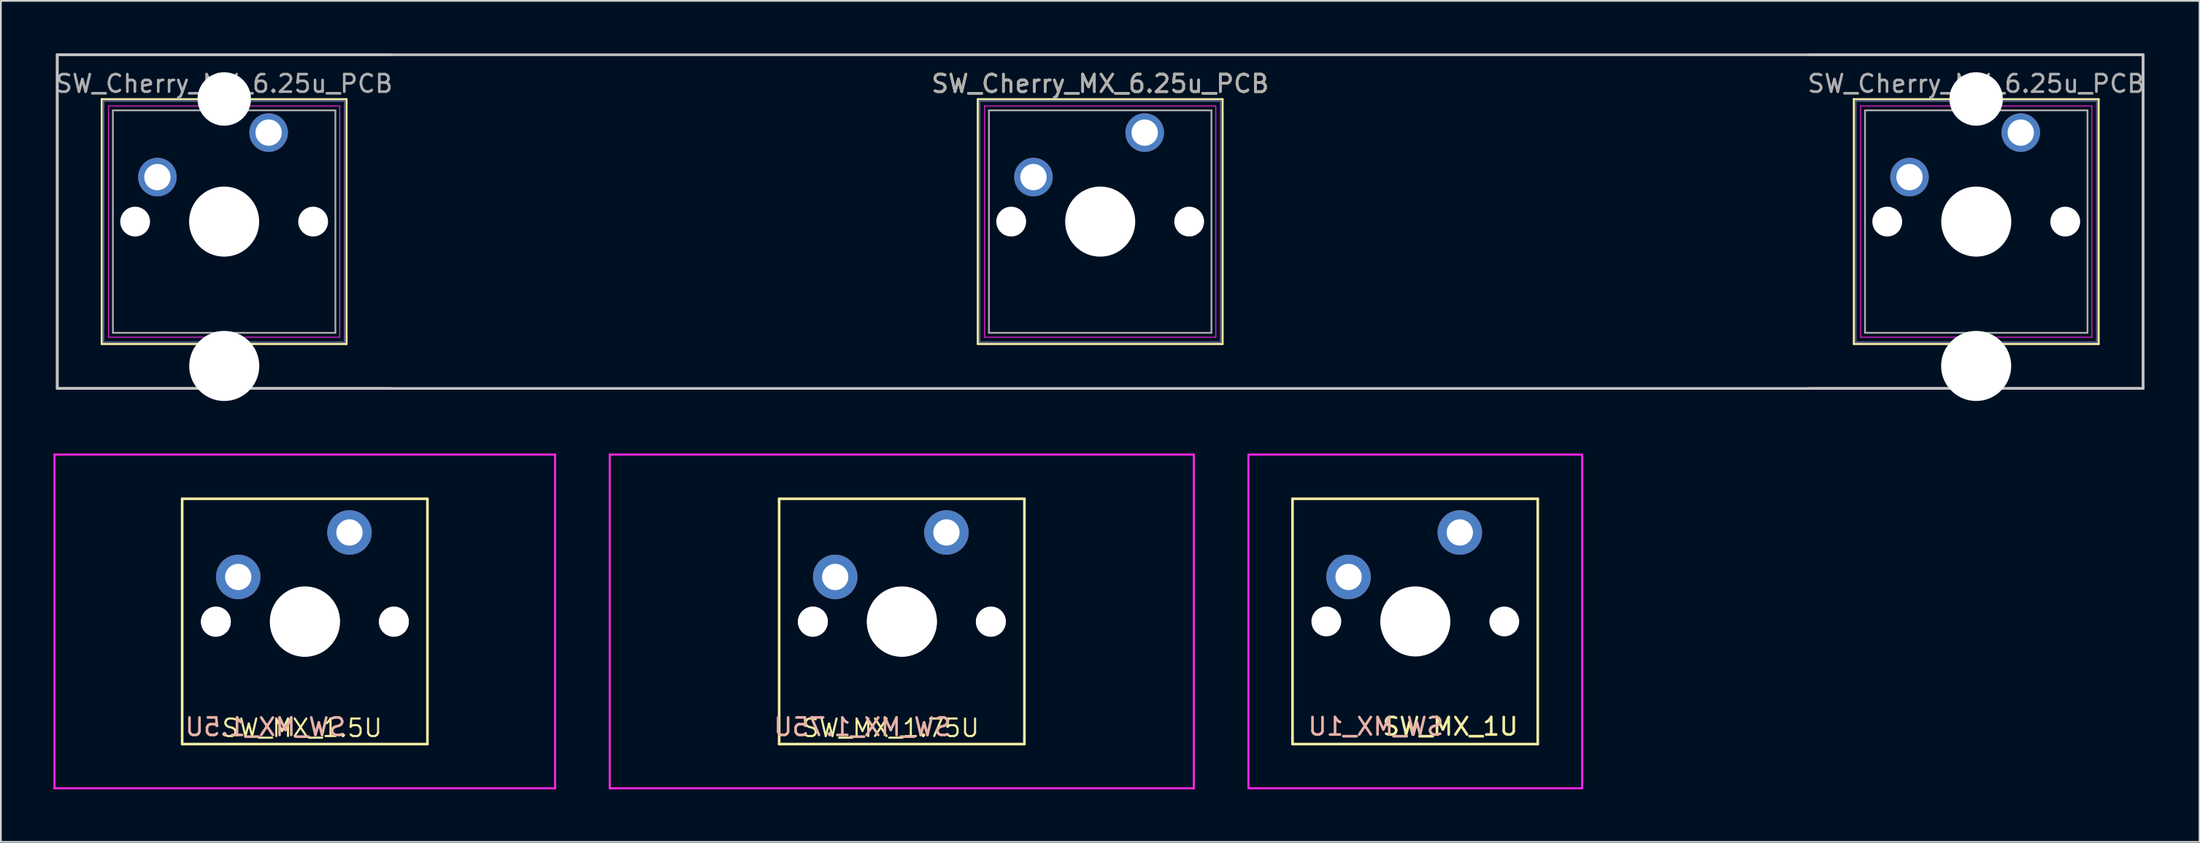
<source format=kicad_pcb>
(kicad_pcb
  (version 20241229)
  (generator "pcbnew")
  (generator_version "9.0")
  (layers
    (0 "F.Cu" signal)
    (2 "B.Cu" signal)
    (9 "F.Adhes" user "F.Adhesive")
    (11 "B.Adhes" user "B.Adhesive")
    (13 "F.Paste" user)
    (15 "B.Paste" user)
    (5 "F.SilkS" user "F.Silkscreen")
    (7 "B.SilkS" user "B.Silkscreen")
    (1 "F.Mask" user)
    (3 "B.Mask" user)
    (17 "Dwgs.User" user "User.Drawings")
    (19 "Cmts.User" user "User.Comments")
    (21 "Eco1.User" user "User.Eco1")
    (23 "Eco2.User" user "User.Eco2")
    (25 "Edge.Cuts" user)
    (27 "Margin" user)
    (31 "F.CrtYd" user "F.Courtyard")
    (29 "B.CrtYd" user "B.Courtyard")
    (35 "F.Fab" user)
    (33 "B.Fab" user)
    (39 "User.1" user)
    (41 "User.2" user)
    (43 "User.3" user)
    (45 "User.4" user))
  (footprint "SW_MX_1U"
    (layer "F.Cu")
    (at 77.737 32.425)
    (property "Reference" "SW_MX_1U" (at 2 6 0) (unlocked yes) (layer "F.SilkS") (effects (font (size 1 1) (thickness 0.15))))
    (attr through_hole)
    (fp_circle (center -3.786 -2.575) (end -1.786 -2.575) (stroke (width 0.12) (type solid)) (fill yes) (layer "B.Mask"))
    (fp_circle (center 2.55 -5.08) (end 4.55 -5.08) (stroke (width 0.12) (type solid)) (fill yes) (layer "B.Mask"))
    (fp_line (start -7.01 -7) (end 6.99 -7) (stroke (width 0.15) (type solid)) (layer "F.SilkS"))
    (fp_line (start -7.01 7) (end -7.01 -7) (stroke (width 0.15) (type solid)) (layer "F.SilkS"))
    (fp_line (start 6.99 -7) (end 6.99 7) (stroke (width 0.15) (type solid)) (layer "F.SilkS"))
    (fp_line (start 6.99 7) (end -7.01 7) (stroke (width 0.15) (type solid)) (layer "F.SilkS"))
    (fp_rect (start 9.525 -9.525) (end -9.525 9.525) (stroke (width 0.12) (type solid)) (fill no) (layer "F.CrtYd"))
    (fp_text user "${REFERENCE}" (at -2.25 6 0) (unlocked yes) (layer "B.SilkS") (effects (font (size 1 1) (thickness 0.15)) (justify mirror)))
    (pad "" np_thru_hole circle (at -5.08 0) (size 1.7 1.7) (drill 1.7) (layers "*.Cu" "*.Mask"))
    (pad "" np_thru_hole circle (at 0 0) (size 4 4) (drill 4) (layers "*.Cu" "*.Mask"))
    (pad "" np_thru_hole circle (at 5.08 0) (size 1.7 1.7) (drill 1.7) (layers "*.Cu" "*.Mask"))
    (pad "1" thru_hole circle (at 2.54 -5.08) (size 2.54 2.54) (drill 1.5) (layers "*.Cu" "*.Mask"))
    (pad "2" thru_hole circle (at -3.81 -2.54) (size 2.54 2.54) (drill 1.5) (layers "*.Cu" "*.Mask")))
  (footprint "SW_MX_1.75U"
    (layer "F.Cu")
    (at 48.424 32.425)
    (property "Reference" "SW_MX_1.75U" (at 4.5 5.5 0) (layer "F.SilkS") (effects (font (size 1 1) (thickness 0.12)) (justify right top)))
    (attr through_hole)
    (fp_circle (center -3.776 -2.575) (end -1.776 -2.575) (stroke (width 0.12) (type solid)) (fill yes) (layer "B.Mask"))
    (fp_circle (center 2.56 -5.08) (end 4.56 -5.08) (stroke (width 0.12) (type solid)) (fill yes) (layer "B.Mask"))
    (fp_line (start -7 -7) (end 7 -7) (stroke (width 0.15) (type solid)) (layer "F.SilkS"))
    (fp_line (start -7 7) (end -7 -7) (stroke (width 0.15) (type solid)) (layer "F.SilkS"))
    (fp_line (start 7 -7) (end 7 7) (stroke (width 0.15) (type solid)) (layer "F.SilkS"))
    (fp_line (start 7 7) (end -7 7) (stroke (width 0.15) (type solid)) (layer "F.SilkS"))
    (fp_line (start -16.669 -9.525) (end 16.669 -9.525) (stroke (width 0.12) (type solid)) (layer "F.CrtYd"))
    (fp_line (start -16.669 9.525) (end -16.669 -9.525) (stroke (width 0.12) (type solid)) (layer "F.CrtYd"))
    (fp_line (start 16.669 -9.525) (end 16.669 9.525) (stroke (width 0.12) (type solid)) (layer "F.CrtYd"))
    (fp_line (start 16.669 9.525) (end -16.669 9.525) (stroke (width 0.12) (type solid)) (layer "F.CrtYd"))
    (fp_text user "${REFERENCE}" (at -2.25 6.025 0) (unlocked yes) (layer "B.SilkS") (effects (font (size 1 1) (thickness 0.15)) (justify mirror)))
    (pad "" np_thru_hole circle (at -5.08 0.025) (size 1.702 1.702) (drill 1.702) (layers "*.Cu" "*.Mask"))
    (pad "" np_thru_hole circle (at -5.07 0) (size 1.7 1.7) (drill 1.7) (layers "*.Cu" "*.Mask"))
    (pad "" np_thru_hole circle (at 0 0.025) (size 3.988 3.988) (drill 3.988) (layers "*.Cu" "*.Mask"))
    (pad "" np_thru_hole circle (at 0.01 0) (size 4 4) (drill 4) (layers "*.Cu" "*.Mask"))
    (pad "" np_thru_hole circle (at 5.08 0.025) (size 1.702 1.702) (drill 1.702) (layers "*.Cu" "*.Mask"))
    (pad "" np_thru_hole circle (at 5.09 0) (size 1.7 1.7) (drill 1.7) (layers "*.Cu" "*.Mask"))
    (pad "1" thru_hole circle (at 2.55 -5.08) (size 2.54 2.54) (drill 1.5) (layers "*.Cu" "*.Mask"))
    (pad "2" thru_hole circle (at -3.8 -2.54) (size 2.54 2.54) (drill 1.5) (layers "*.Cu" "*.Mask")))
  (footprint "SW_MX_1.5U"
    (layer "F.Cu")
    (at 14.348 32.425)
    (property "Reference" "SW_MX_1.5U" (at 4.5 5.5 0) (layer "F.SilkS") (effects (font (size 1 1) (thickness 0.12)) (justify right top)))
    (attr through_hole)
    (fp_circle (center -3.776 -2.575) (end -1.776 -2.575) (stroke (width 0.12) (type solid)) (fill yes) (layer "B.Mask"))
    (fp_circle (center 2.56 -5.08) (end 4.56 -5.08) (stroke (width 0.12) (type solid)) (fill yes) (layer "B.Mask"))
    (fp_line (start -7 -7) (end 7 -7) (stroke (width 0.15) (type solid)) (layer "F.SilkS"))
    (fp_line (start -7 7) (end -7 -7) (stroke (width 0.15) (type solid)) (layer "F.SilkS"))
    (fp_line (start 7 -7) (end 7 7) (stroke (width 0.15) (type solid)) (layer "F.SilkS"))
    (fp_line (start 7 7) (end -7 7) (stroke (width 0.15) (type solid)) (layer "F.SilkS"))
    (fp_line (start -14.287 -9.525) (end 14.287 -9.525) (stroke (width 0.12) (type solid)) (layer "F.CrtYd"))
    (fp_line (start -14.287 9.525) (end -14.287 -9.525) (stroke (width 0.12) (type solid)) (layer "F.CrtYd"))
    (fp_line (start 14.287 -9.525) (end 14.287 9.525) (stroke (width 0.12) (type solid)) (layer "F.CrtYd"))
    (fp_line (start 14.287 9.525) (end -14.287 9.525) (stroke (width 0.12) (type solid)) (layer "F.CrtYd"))
    (fp_text user "${REFERENCE}" (at -2.25 6.025 0) (unlocked yes) (layer "B.SilkS") (effects (font (size 1 1) (thickness 0.15)) (justify mirror)))
    (pad "" np_thru_hole circle (at -5.08 0.025) (size 1.702 1.702) (drill 1.702) (layers "*.Cu" "*.Mask"))
    (pad "" np_thru_hole circle (at -5.07 0) (size 1.7 1.7) (drill 1.7) (layers "*.Cu" "*.Mask"))
    (pad "" np_thru_hole circle (at 0 0.025) (size 3.988 3.988) (drill 3.988) (layers "*.Cu" "*.Mask"))
    (pad "" np_thru_hole circle (at 0.01 0) (size 4 4) (drill 4) (layers "*.Cu" "*.Mask"))
    (pad "" np_thru_hole circle (at 5.08 0.025) (size 1.702 1.702) (drill 1.702) (layers "*.Cu" "*.Mask"))
    (pad "" np_thru_hole circle (at 5.09 0) (size 1.7 1.7) (drill 1.7) (layers "*.Cu" "*.Mask"))
    (pad "1" thru_hole circle (at 2.55 -5.08) (size 2.54 2.54) (drill 1.5) (layers "*.Cu" "*.Mask"))
    (pad "2" thru_hole circle (at -3.8 -2.54) (size 2.54 2.54) (drill 1.5) (layers "*.Cu" "*.Mask")))
  (footprint "SW_Cherry_MX_6.25u_PCB"
    (layer "F.Cu")
    (at 62.29 4.52)
    (property "Reference" "SW_Cherry_MX_6.25u_PCB" (at -2.54 -2.794 0) (layer "F.SilkS") (effects (font (size 1 1) (thickness 0.15))))
    (attr through_hole)
    (fp_line (start -59.531 -1.905) (end -45.561 -1.905) (stroke (width 0.12) (type solid)) (layer "F.SilkS"))
    (fp_line (start -59.531 12.065) (end -59.531 -1.905) (stroke (width 0.12) (type solid)) (layer "F.SilkS"))
    (fp_line (start -45.561 -1.905) (end -45.561 12.065) (stroke (width 0.12) (type solid)) (layer "F.SilkS"))
    (fp_line (start -45.561 12.065) (end -59.531 12.065) (stroke (width 0.12) (type solid)) (layer "F.SilkS"))
    (fp_line (start -9.525 -1.905) (end 4.445 -1.905) (stroke (width 0.12) (type solid)) (layer "F.SilkS"))
    (fp_line (start -9.525 12.065) (end -9.525 -1.905) (stroke (width 0.12) (type solid)) (layer "F.SilkS"))
    (fp_line (start 4.445 -1.905) (end 4.445 12.065) (stroke (width 0.12) (type solid)) (layer "F.SilkS"))
    (fp_line (start 4.445 12.065) (end -9.525 12.065) (stroke (width 0.12) (type solid)) (layer "F.SilkS"))
    (fp_line (start 40.481 -1.905) (end 54.451 -1.905) (stroke (width 0.12) (type solid)) (layer "F.SilkS"))
    (fp_line (start 40.481 12.065) (end 40.481 -1.905) (stroke (width 0.12) (type solid)) (layer "F.SilkS"))
    (fp_line (start 54.451 -1.905) (end 54.451 12.065) (stroke (width 0.12) (type solid)) (layer "F.SilkS"))
    (fp_line (start 54.451 12.065) (end 40.481 12.065) (stroke (width 0.12) (type solid)) (layer "F.SilkS"))
    (fp_line (start -62.071 -4.445) (end 56.991 -4.445) (stroke (width 0.15) (type solid)) (layer "Dwgs.User"))
    (fp_line (start -62.071 14.605) (end -62.071 -4.445) (stroke (width 0.15) (type solid)) (layer "Dwgs.User"))
    (fp_line (start -62.071 -4.445) (end -43.021 -4.445) (stroke (width 0.15) (type solid)) (layer "Dwgs.User"))
    (fp_line (start -62.071 14.605) (end -62.071 -4.445) (stroke (width 0.15) (type solid)) (layer "Dwgs.User"))
    (fp_line (start -43.021 14.605) (end -62.071 14.605) (stroke (width 0.15) (type solid)) (layer "Dwgs.User"))
    (fp_line (start 37.941 -4.445) (end 56.991 -4.445) (stroke (width 0.15) (type solid)) (layer "Dwgs.User"))
    (fp_line (start 56.991 -4.445) (end 56.991 14.605) (stroke (width 0.15) (type solid)) (layer "Dwgs.User"))
    (fp_line (start 56.991 14.605) (end 37.941 14.605) (stroke (width 0.15) (type solid)) (layer "Dwgs.User"))
    (fp_line (start 56.991 -4.445) (end 56.991 14.605) (stroke (width 0.15) (type solid)) (layer "Dwgs.User"))
    (fp_line (start 56.991 14.605) (end -62.071 14.605) (stroke (width 0.15) (type solid)) (layer "Dwgs.User"))
    (fp_line (start -59.146 -1.52) (end -45.946 -1.52) (stroke (width 0.05) (type solid)) (layer "F.CrtYd"))
    (fp_line (start -59.146 11.68) (end -59.146 -1.52) (stroke (width 0.05) (type solid)) (layer "F.CrtYd"))
    (fp_line (start -45.946 -1.52) (end -45.946 11.68) (stroke (width 0.05) (type solid)) (layer "F.CrtYd"))
    (fp_line (start -45.946 11.68) (end -59.146 11.68) (stroke (width 0.05) (type solid)) (layer "F.CrtYd"))
    (fp_line (start -9.14 -1.52) (end 4.06 -1.52) (stroke (width 0.05) (type solid)) (layer "F.CrtYd"))
    (fp_line (start -9.14 11.68) (end -9.14 -1.52) (stroke (width 0.05) (type solid)) (layer "F.CrtYd"))
    (fp_line (start 4.06 -1.52) (end 4.06 11.68) (stroke (width 0.05) (type solid)) (layer "F.CrtYd"))
    (fp_line (start 4.06 11.68) (end -9.14 11.68) (stroke (width 0.05) (type solid)) (layer "F.CrtYd"))
    (fp_line (start 40.866 -1.52) (end 54.066 -1.52) (stroke (width 0.05) (type solid)) (layer "F.CrtYd"))
    (fp_line (start 40.866 11.68) (end 40.866 -1.52) (stroke (width 0.05) (type solid)) (layer "F.CrtYd"))
    (fp_line (start 54.066 -1.52) (end 54.066 11.68) (stroke (width 0.05) (type solid)) (layer "F.CrtYd"))
    (fp_line (start 54.066 11.68) (end 40.866 11.68) (stroke (width 0.05) (type solid)) (layer "F.CrtYd"))
    (fp_rect (start -59.431 -1.805) (end -45.661 11.965) (stroke (width 0.1) (type default)) (fill no) (layer "B.Fab"))
    (fp_rect (start -9.425 -1.805) (end 4.345 11.965) (stroke (width 0.1) (type default)) (fill no) (layer "B.Fab"))
    (fp_rect (start 40.581 -1.805) (end 54.351 11.965) (stroke (width 0.1) (type default)) (fill no) (layer "B.Fab"))
    (fp_line (start -58.896 -1.27) (end -46.196 -1.27) (stroke (width 0.1) (type solid)) (layer "F.Fab"))
    (fp_line (start -58.896 11.43) (end -58.896 -1.27) (stroke (width 0.1) (type solid)) (layer "F.Fab"))
    (fp_line (start -46.196 -1.27) (end -46.196 11.43) (stroke (width 0.1) (type solid)) (layer "F.Fab"))
    (fp_line (start -46.196 11.43) (end -58.896 11.43) (stroke (width 0.1) (type solid)) (layer "F.Fab"))
    (fp_line (start -8.89 -1.27) (end 3.81 -1.27) (stroke (width 0.1) (type solid)) (layer "F.Fab"))
    (fp_line (start -8.89 11.43) (end -8.89 -1.27) (stroke (width 0.1) (type solid)) (layer "F.Fab"))
    (fp_line (start 3.81 -1.27) (end 3.81 11.43) (stroke (width 0.1) (type solid)) (layer "F.Fab"))
    (fp_line (start 3.81 11.43) (end -8.89 11.43) (stroke (width 0.1) (type solid)) (layer "F.Fab"))
    (fp_line (start 41.116 -1.27) (end 53.816 -1.27) (stroke (width 0.1) (type solid)) (layer "F.Fab"))
    (fp_line (start 41.116 11.43) (end 41.116 -1.27) (stroke (width 0.1) (type solid)) (layer "F.Fab"))
    (fp_line (start 53.816 -1.27) (end 53.816 11.43) (stroke (width 0.1) (type solid)) (layer "F.Fab"))
    (fp_line (start 53.816 11.43) (end 41.116 11.43) (stroke (width 0.1) (type solid)) (layer "F.Fab"))
    (fp_text user "${REFERENCE}" (at -52.546 -2.794 0) (layer "F.Fab") (effects (font (size 1 1) (thickness 0.15))))
    (fp_text user "${REFERENCE}" (at 47.466 -2.794 0) (layer "F.Fab") (effects (font (size 1 1) (thickness 0.15))))
    (fp_text user "${REFERENCE}" (at -2.54 -2.794 0) (layer "F.Fab") (effects (font (size 1 1) (thickness 0.15))))
    (pad "" np_thru_hole circle (at -57.626 5.08) (size 1.7 1.7) (drill 1.7) (layers "*.Cu" "*.Mask"))
    (pad "" np_thru_hole circle (at -52.546 5.08) (size 4 4) (drill 4) (layers "*.Cu" "*.Mask"))
    (pad "" np_thru_hole circle (at -52.54 -1.92) (size 3.05 3.05) (drill 3.05) (layers "*.Cu" "*.Mask"))
    (pad "" np_thru_hole circle (at -52.54 13.32) (size 4 4) (drill 4) (layers "*.Cu" "*.Mask"))
    (pad "" np_thru_hole circle (at -47.466 5.08) (size 1.7 1.7) (drill 1.7) (layers "*.Cu" "*.Mask"))
    (pad "" np_thru_hole circle (at -7.62 5.08) (size 1.7 1.7) (drill 1.7) (layers "*.Cu" "*.Mask"))
    (pad "" np_thru_hole circle (at -2.54 5.08) (size 4 4) (drill 4) (layers "*.Cu" "*.Mask"))
    (pad "" np_thru_hole circle (at 2.54 5.08) (size 1.7 1.7) (drill 1.7) (layers "*.Cu" "*.Mask"))
    (pad "" np_thru_hole circle (at 42.386 5.08) (size 1.7 1.7) (drill 1.7) (layers "*.Cu" "*.Mask"))
    (pad "" np_thru_hole circle (at 47.46 -1.92) (size 3.05 3.05) (drill 3.05) (layers "*.Cu" "*.Mask"))
    (pad "" np_thru_hole circle (at 47.46 13.32) (size 4 4) (drill 4) (layers "*.Cu" "*.Mask"))
    (pad "" np_thru_hole circle (at 47.466 5.08) (size 4 4) (drill 4) (layers "*.Cu" "*.Mask"))
    (pad "" np_thru_hole circle (at 52.546 5.08) (size 1.7 1.7) (drill 1.7) (layers "*.Cu" "*.Mask"))
    (pad "1" thru_hole circle (at -50.006 -0.000052) (size 2.2 2.2) (drill 1.5) (layers "*.Cu" "*.Mask"))
    (pad "1" thru_hole circle (at 0 0) (size 2.2 2.2) (drill 1.5) (layers "*.Cu" "*.Mask"))
    (pad "1" thru_hole circle (at 50.006 0.000052) (size 2.2 2.2) (drill 1.5) (layers "*.Cu" "*.Mask"))
    (pad "2" thru_hole circle (at -56.356 2.54) (size 2.2 2.2) (drill 1.5) (layers "*.Cu" "*.Mask"))
    (pad "2" thru_hole circle (at -6.35 2.54) (size 2.2 2.2) (drill 1.5) (layers "*.Cu" "*.Mask"))
    (pad "2" thru_hole circle (at 43.656 2.54) (size 2.2 2.2) (drill 1.5) (layers "*.Cu" "*.Mask")))
  (gr_rect
    (start -3 -3)
    (end 122.5 45.01)
    (stroke (width 0.1) (type default))
    (fill no)
    (layer "Edge.Cuts")))
</source>
